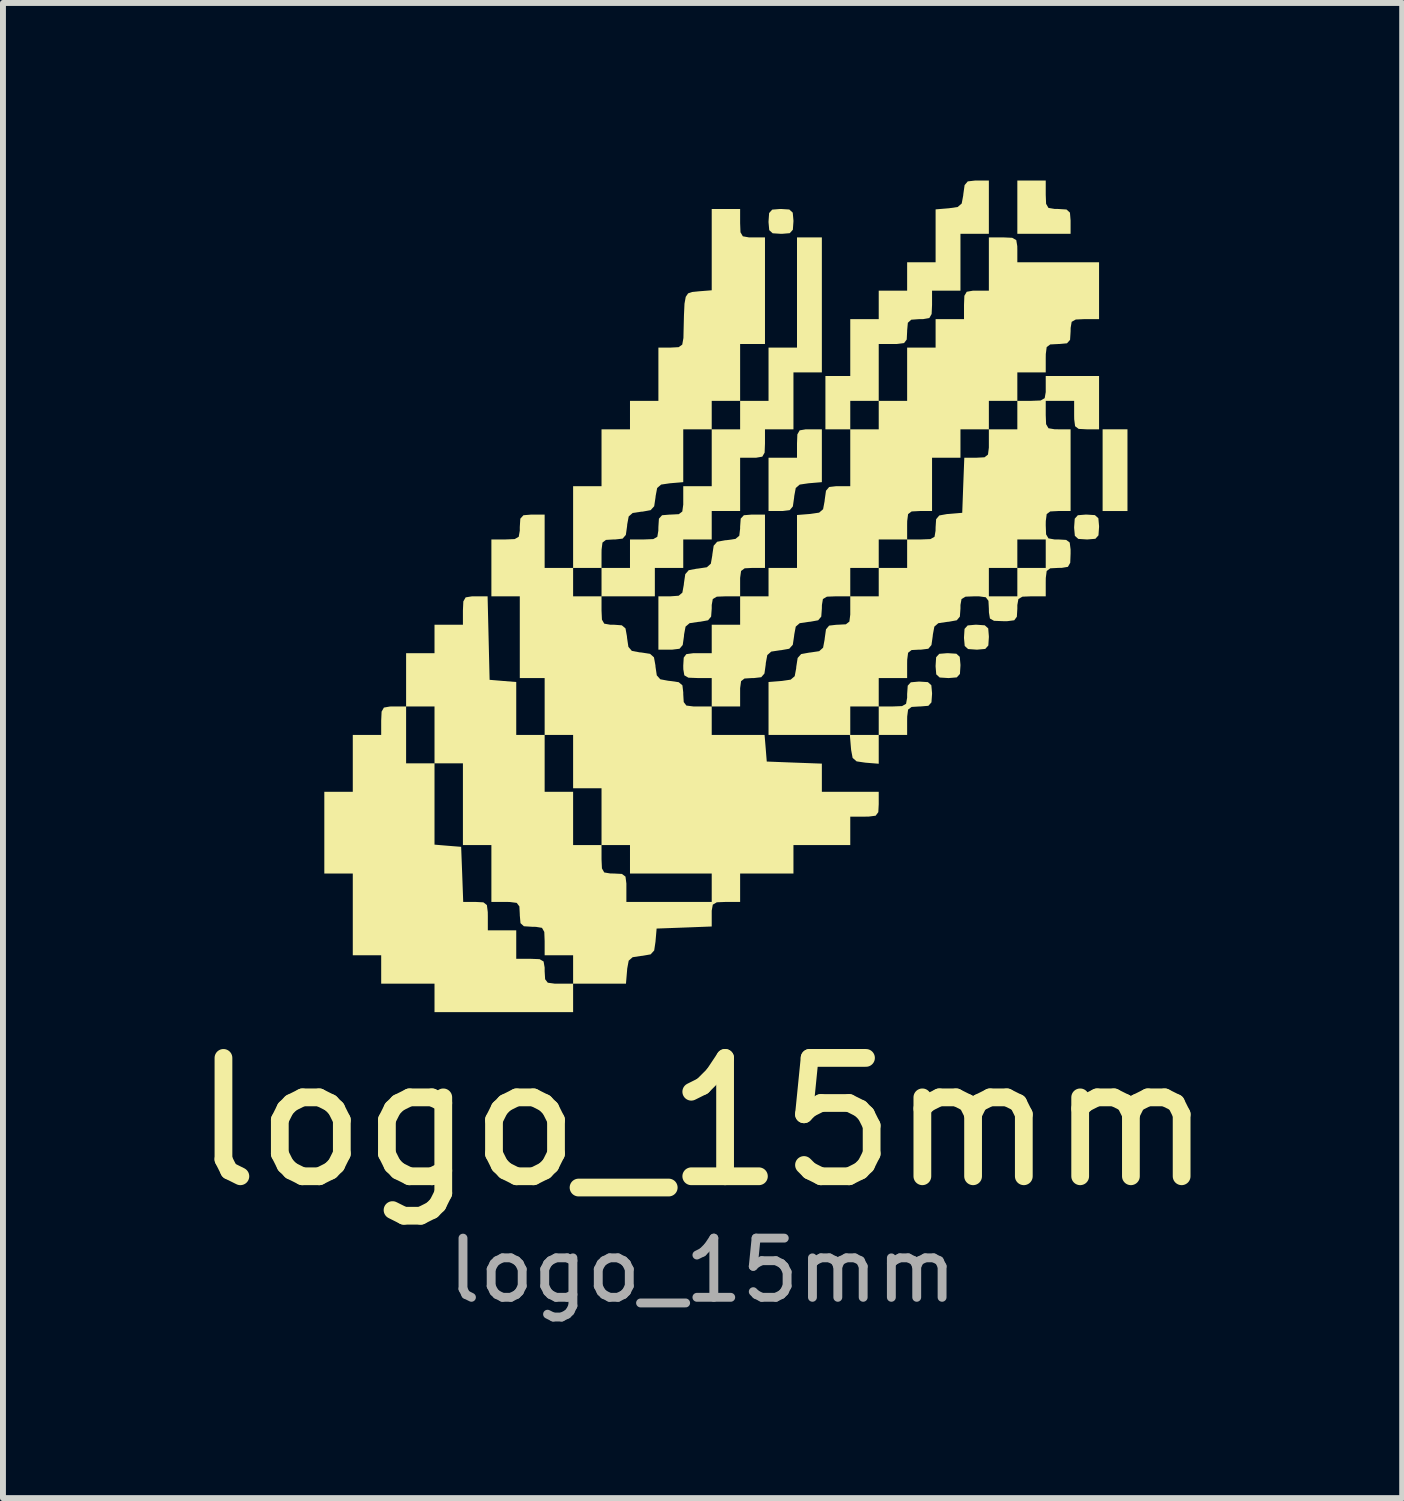
<source format=kicad_pcb>
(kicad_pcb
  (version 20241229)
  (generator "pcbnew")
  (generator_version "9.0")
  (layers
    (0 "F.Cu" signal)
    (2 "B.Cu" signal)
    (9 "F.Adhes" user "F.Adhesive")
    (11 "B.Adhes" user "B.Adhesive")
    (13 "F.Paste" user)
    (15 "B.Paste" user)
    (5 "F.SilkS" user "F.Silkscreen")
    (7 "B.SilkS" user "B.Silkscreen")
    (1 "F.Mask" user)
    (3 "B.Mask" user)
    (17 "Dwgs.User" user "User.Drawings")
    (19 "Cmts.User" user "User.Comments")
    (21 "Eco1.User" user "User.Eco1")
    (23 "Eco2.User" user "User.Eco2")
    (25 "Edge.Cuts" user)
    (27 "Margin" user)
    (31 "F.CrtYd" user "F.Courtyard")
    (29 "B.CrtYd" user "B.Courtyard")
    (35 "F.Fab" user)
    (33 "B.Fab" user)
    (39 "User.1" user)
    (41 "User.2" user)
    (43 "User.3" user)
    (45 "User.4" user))
  (footprint "logo_15mm"
    (layer "F.Cu")
    (at 8.821 15.916)
    (property "Reference" "logo_15mm" (at 0 0 0) (unlocked yes) (layer "F.SilkS") (effects (font (size 2 2) (thickness 0.3))))
    (fp_poly (pts (xy 7.18 -10.331) (xy 6.76 -10.331) (xy 6.76 -11.712) (xy 7.18 -11.712)) (stroke (width 0) (type solid)) (fill yes) (layer "F.SilkS"))
    (fp_poly (pts (xy 5.799 -15.675) (xy 5.805 -15.522) (xy 5.845 -15.453) (xy 5.947 -15.436) (xy 6.009 -15.435) (xy 6.15 -15.426) (xy 6.208 -15.373) (xy 6.219 -15.241) (xy 6.219 -15.225) (xy 6.219 -15.015) (xy 5.319 -15.015) (xy 5.319 -15.916) (xy 5.799 -15.916)) (stroke (width 0) (type solid)) (fill yes) (layer "F.SilkS"))
    (fp_poly (pts (xy 1.466 -15.426) (xy 1.524 -15.373) (xy 1.536 -15.241) (xy 1.536 -15.225) (xy 1.526 -15.084) (xy 1.474 -15.026) (xy 1.342 -15.015) (xy 1.326 -15.015) (xy 1.185 -15.024) (xy 1.127 -15.077) (xy 1.115 -15.209) (xy 1.115 -15.225) (xy 1.125 -15.366) (xy 1.177 -15.424) (xy 1.31 -15.435) (xy 1.326 -15.435)) (stroke (width 0) (type solid)) (fill yes) (layer "F.SilkS"))
    (fp_poly (pts (xy 4.289 -7.92) (xy 4.346 -7.868) (xy 4.358 -7.735) (xy 4.358 -7.719) (xy 4.349 -7.578) (xy 4.296 -7.52) (xy 4.164 -7.509) (xy 4.148 -7.509) (xy 4.007 -7.518) (xy 3.949 -7.571) (xy 3.938 -7.703) (xy 3.938 -7.719) (xy 3.947 -7.86) (xy 3.999 -7.918) (xy 4.132 -7.929) (xy 4.148 -7.929)) (stroke (width 0) (type solid)) (fill yes) (layer "F.SilkS"))
    (fp_poly (pts (xy 4.769 -8.4) (xy 4.827 -8.348) (xy 4.838 -8.215) (xy 4.838 -8.199) (xy 4.829 -8.059) (xy 4.777 -8.001) (xy 4.644 -7.989) (xy 4.628 -7.989) (xy 4.487 -7.999) (xy 4.43 -8.051) (xy 4.418 -8.183) (xy 4.418 -8.199) (xy 4.427 -8.34) (xy 4.48 -8.398) (xy 4.612 -8.41) (xy 4.628 -8.41)) (stroke (width 0) (type solid)) (fill yes) (layer "F.SilkS"))
    (fp_poly (pts (xy 6.63 -10.262) (xy 6.688 -10.209) (xy 6.7 -10.077) (xy 6.7 -10.061) (xy 6.69 -9.92) (xy 6.638 -9.862) (xy 6.506 -9.851) (xy 6.49 -9.851) (xy 6.349 -9.86) (xy 6.291 -9.912) (xy 6.279 -10.045) (xy 6.279 -10.061) (xy 6.289 -10.202) (xy 6.341 -10.26) (xy 6.474 -10.271) (xy 6.49 -10.271)) (stroke (width 0) (type solid)) (fill yes) (layer "F.SilkS"))
    (fp_poly (pts (xy 2.016 -10.819) (xy 1.791 -10.8) (xy 1.642 -10.778) (xy 1.575 -10.72) (xy 1.55 -10.587) (xy 1.547 -10.556) (xy 1.526 -10.409) (xy 1.473 -10.346) (xy 1.351 -10.331) (xy 1.322 -10.331) (xy 1.115 -10.331) (xy 1.115 -11.232) (xy 1.596 -11.232) (xy 1.596 -11.472) (xy 1.602 -11.626) (xy 1.641 -11.694) (xy 1.744 -11.712) (xy 1.806 -11.712) (xy 2.016 -11.712)) (stroke (width 0) (type solid)) (fill yes) (layer "F.SilkS"))
    (fp_poly (pts (xy 1.055 -9.37) (xy 0.845 -9.37) (xy 0.711 -9.363) (xy 0.651 -9.318) (xy 0.635 -9.201) (xy 0.635 -9.13) (xy 0.635 -8.89) (xy 0.395 -8.89) (xy 0.241 -8.884) (xy 0.173 -8.844) (xy 0.155 -8.743) (xy 0.155 -8.683) (xy 0.145 -8.547) (xy 0.093 -8.485) (xy -0.038 -8.461) (xy -0.071 -8.458) (xy -0.219 -8.436) (xy -0.287 -8.378) (xy -0.312 -8.245) (xy -0.314 -8.214) (xy -0.335 -8.067) (xy -0.389 -8.004) (xy -0.51 -7.989) (xy -0.54 -7.989) (xy -0.746 -7.989) (xy -0.746 -8.89) (xy -0.54 -8.89) (xy -0.403 -8.9) (xy -0.341 -8.952) (xy -0.317 -9.083) (xy -0.314 -9.115) (xy -0.292 -9.264) (xy -0.234 -9.331) (xy -0.102 -9.356) (xy -0.074 -9.359) (xy 0.073 -9.381) (xy 0.14 -9.441) (xy 0.164 -9.577) (xy 0.166 -9.599) (xy 0.188 -9.745) (xy 0.247 -9.812) (xy 0.381 -9.837) (xy 0.41 -9.839) (xy 0.557 -9.86) (xy 0.621 -9.914) (xy 0.635 -10.035) (xy 0.635 -10.065) (xy 0.645 -10.203) (xy 0.698 -10.26) (xy 0.831 -10.271) (xy 0.845 -10.271) (xy 1.055 -10.271)) (stroke (width 0) (type solid)) (fill yes) (layer "F.SilkS"))
    (fp_poly (pts (xy 0.635 -15.195) (xy 0.641 -15.041) (xy 0.681 -14.973) (xy 0.783 -14.955) (xy 0.845 -14.955) (xy 1.055 -14.955) (xy 1.055 -13.153) (xy 0.635 -13.153) (xy 0.635 -12.193) (xy 1.115 -12.193) (xy 1.115 -13.093) (xy 1.596 -13.093) (xy 1.596 -14.955) (xy 2.016 -14.955) (xy 2.016 -12.673) (xy 1.536 -12.673) (xy 1.536 -11.712) (xy 1.055 -11.712) (xy 1.055 -11.472) (xy 1.049 -11.318) (xy 1.01 -11.25) (xy 0.907 -11.232) (xy 0.845 -11.232) (xy 0.635 -11.232) (xy 0.635 -10.331) (xy 0.155 -10.331) (xy 0.155 -9.851) (xy -0.326 -9.851) (xy -0.326 -9.37) (xy -0.806 -9.37) (xy -0.806 -8.89) (xy -1.707 -8.89) (xy -1.707 -8.65) (xy -1.7 -8.496) (xy -1.661 -8.428) (xy -1.56 -8.41) (xy -1.5 -8.41) (xy -1.364 -8.4) (xy -1.302 -8.348) (xy -1.278 -8.217) (xy -1.275 -8.184) (xy -1.253 -8.036) (xy -1.195 -7.968) (xy -1.063 -7.943) (xy -1.035 -7.941) (xy -0.887 -7.918) (xy -0.821 -7.859) (xy -0.796 -7.722) (xy -0.795 -7.701) (xy -0.773 -7.554) (xy -0.714 -7.488) (xy -0.58 -7.463) (xy -0.551 -7.46) (xy -0.403 -7.439) (xy -0.34 -7.386) (xy -0.326 -7.265) (xy -0.326 -7.235) (xy -0.318 -7.103) (xy -0.273 -7.044) (xy -0.154 -7.029) (xy -0.086 -7.029) (xy 0.155 -7.029) (xy 0.155 -6.548) (xy 1.048 -6.548) (xy 1.067 -6.323) (xy 1.085 -6.098) (xy 1.551 -6.08) (xy 2.016 -6.063) (xy 2.016 -5.587) (xy 2.977 -5.587) (xy 2.977 -5.377) (xy 2.97 -5.243) (xy 2.925 -5.183) (xy 2.808 -5.168) (xy 2.737 -5.167) (xy 2.496 -5.167) (xy 2.496 -4.687) (xy 1.536 -4.687) (xy 1.536 -4.206) (xy 0.635 -4.206) (xy 0.635 -3.726) (xy 0.395 -3.726) (xy 0.241 -3.72) (xy 0.173 -3.68) (xy 0.155 -3.578) (xy 0.155 -3.518) (xy 0.155 -3.311) (xy -0.311 -3.293) (xy -0.776 -3.276) (xy -0.795 -3.054) (xy -0.817 -2.906) (xy -0.877 -2.84) (xy -1.013 -2.816) (xy -1.035 -2.814) (xy -1.181 -2.792) (xy -1.248 -2.733) (xy -1.273 -2.599) (xy -1.275 -2.57) (xy -1.294 -2.345) (xy -2.187 -2.345) (xy -2.187 -1.864) (xy -4.529 -1.864) (xy -4.529 -2.345) (xy -5.43 -2.345) (xy -5.43 -2.825) (xy -5.91 -2.825) (xy -5.91 -4.206) (xy -6.391 -4.206) (xy -6.391 -5.587) (xy -5.91 -5.587) (xy -5.91 -6.548) (xy -5.43 -6.548) (xy -5.43 -6.788) (xy -5.423 -6.942) (xy -5.384 -7.01) (xy -5.282 -7.028) (xy -5.22 -7.029) (xy -5.009 -7.029) (xy -5.009 -6.068) (xy -4.529 -6.068) (xy -4.529 -4.694) (xy -4.304 -4.675) (xy -4.079 -4.657) (xy -4.061 -4.191) (xy -4.044 -3.726) (xy -3.836 -3.726) (xy -3.703 -3.719) (xy -3.644 -3.673) (xy -3.629 -3.555) (xy -3.628 -3.486) (xy -3.628 -3.246) (xy -3.148 -3.246) (xy -3.148 -2.765) (xy -2.908 -2.765) (xy -2.754 -2.759) (xy -2.686 -2.72) (xy -2.668 -2.617) (xy -2.668 -2.555) (xy -2.66 -2.42) (xy -2.615 -2.361) (xy -2.498 -2.345) (xy -2.427 -2.345) (xy -2.187 -2.345) (xy -2.187 -2.825) (xy -2.668 -2.825) (xy -2.668 -3.065) (xy -2.674 -3.219) (xy -2.713 -3.288) (xy -2.816 -3.305) (xy -2.878 -3.306) (xy -3.019 -3.315) (xy -3.076 -3.367) (xy -3.088 -3.5) (xy -3.088 -3.516) (xy -3.095 -3.65) (xy -3.14 -3.71) (xy -3.257 -3.725) (xy -3.328 -3.726) (xy -3.568 -3.726) (xy -3.568 -4.687) (xy -4.049 -4.687) (xy -4.049 -6.068) (xy -4.529 -6.068) (xy -4.529 -7.029) (xy -5.009 -7.029) (xy -5.009 -7.929) (xy -4.529 -7.929) (xy -4.529 -8.41) (xy -4.049 -8.41) (xy -4.049 -8.65) (xy -4.042 -8.804) (xy -4.003 -8.872) (xy -3.901 -8.889) (xy -3.84 -8.89) (xy -3.632 -8.89) (xy -3.615 -8.184) (xy -3.598 -7.479) (xy -3.373 -7.46) (xy -3.148 -7.442) (xy -3.148 -6.548) (xy -2.668 -6.548) (xy -2.668 -5.587) (xy -2.187 -5.587) (xy -2.187 -4.687) (xy -1.707 -4.687) (xy -1.707 -4.447) (xy -1.7 -4.293) (xy -1.661 -4.224) (xy -1.559 -4.207) (xy -1.497 -4.206) (xy -1.362 -4.199) (xy -1.302 -4.154) (xy -1.287 -4.037) (xy -1.287 -3.966) (xy -1.287 -3.726) (xy 0.155 -3.726) (xy 0.155 -4.206) (xy -1.226 -4.206) (xy -1.226 -4.687) (xy -1.707 -4.687) (xy -1.707 -5.647) (xy -2.187 -5.647) (xy -2.187 -6.548) (xy -2.668 -6.548) (xy -2.668 -7.509) (xy -3.088 -7.509) (xy -3.088 -8.89) (xy -3.568 -8.89) (xy -3.568 -9.851) (xy -3.328 -9.851) (xy -3.174 -9.857) (xy -3.106 -9.896) (xy -3.088 -9.999) (xy -3.088 -10.061) (xy -3.079 -10.202) (xy -3.026 -10.26) (xy -2.894 -10.271) (xy -2.878 -10.271) (xy -2.668 -10.271) (xy -2.668 -9.37) (xy -2.187 -9.37) (xy -2.187 -8.89) (xy -1.707 -8.89) (xy -1.707 -9.37) (xy -2.187 -9.37) (xy -2.187 -9.611) (xy -1.707 -9.611) (xy -1.707 -9.37) (xy -1.226 -9.37) (xy -1.226 -9.851) (xy -0.986 -9.851) (xy -0.832 -9.857) (xy -0.764 -9.896) (xy -0.747 -9.999) (xy -0.746 -10.061) (xy -0.737 -10.202) (xy -0.684 -10.26) (xy -0.552 -10.271) (xy -0.536 -10.271) (xy -0.401 -10.278) (xy -0.342 -10.323) (xy -0.326 -10.44) (xy -0.326 -10.511) (xy -0.326 -10.751) (xy 0.155 -10.751) (xy 0.155 -11.712) (xy -0.326 -11.712) (xy -0.326 -10.819) (xy -0.551 -10.8) (xy -0.7 -10.778) (xy -0.767 -10.72) (xy -0.792 -10.588) (xy -0.795 -10.56) (xy -0.817 -10.412) (xy -0.877 -10.346) (xy -1.013 -10.321) (xy -1.035 -10.32) (xy -1.181 -10.298) (xy -1.248 -10.239) (xy -1.273 -10.105) (xy -1.275 -10.076) (xy -1.296 -9.928) (xy -1.35 -9.865) (xy -1.471 -9.851) (xy -1.5 -9.851) (xy -1.633 -9.843) (xy -1.691 -9.798) (xy -1.706 -9.679) (xy -1.707 -9.611) (xy -2.187 -9.611) (xy -2.187 -10.751) (xy -1.707 -10.751) (xy -1.707 -11.712) (xy -1.226 -11.712) (xy -1.226 -12.193) (xy -0.746 -12.193) (xy 0.155 -12.193) (xy 0.155 -11.712) (xy 0.635 -11.712) (xy 0.635 -12.193) (xy 0.155 -12.193) (xy -0.746 -12.193) (xy -0.746 -13.093) (xy -0.536 -13.093) (xy -0.404 -13.1) (xy -0.343 -13.143) (xy -0.323 -13.255) (xy -0.321 -13.349) (xy -0.314 -13.641) (xy -0.305 -13.834) (xy -0.284 -13.95) (xy -0.244 -14.009) (xy -0.178 -14.032) (xy -0.078 -14.042) (xy -0.071 -14.043) (xy 0.155 -14.061) (xy 0.155 -15.435) (xy 0.635 -15.435)) (stroke (width 0) (type solid)) (fill yes) (layer "F.SilkS"))
    (fp_poly (pts (xy 4.838 -15.015) (xy 4.358 -15.015) (xy 4.358 -14.054) (xy 3.878 -14.054) (xy 3.878 -13.814) (xy 3.871 -13.66) (xy 3.832 -13.592) (xy 3.729 -13.574) (xy 3.667 -13.574) (xy 3.527 -13.564) (xy 3.469 -13.512) (xy 3.457 -13.38) (xy 3.457 -13.364) (xy 3.45 -13.229) (xy 3.405 -13.169) (xy 3.288 -13.154) (xy 3.217 -13.153) (xy 2.977 -13.153) (xy 2.977 -12.193) (xy 3.457 -12.193) (xy 4.838 -12.193) (xy 4.838 -11.712) (xy 5.319 -11.712) (xy 5.319 -12.193) (xy 4.838 -12.193) (xy 3.457 -12.193) (xy 3.457 -13.093) (xy 3.938 -13.093) (xy 3.938 -13.574) (xy 4.418 -13.574) (xy 4.418 -13.814) (xy 4.424 -13.968) (xy 4.464 -14.036) (xy 4.566 -14.054) (xy 4.628 -14.054) (xy 4.838 -14.054) (xy 4.838 -14.955) (xy 5.078 -14.955) (xy 5.232 -14.948) (xy 5.301 -14.909) (xy 5.318 -14.807) (xy 5.319 -14.745) (xy 5.319 -14.534) (xy 6.7 -14.534) (xy 6.7 -13.574) (xy 6.46 -13.574) (xy 6.306 -13.567) (xy 6.237 -13.528) (xy 6.22 -13.426) (xy 6.219 -13.364) (xy 6.21 -13.223) (xy 6.158 -13.165) (xy 6.025 -13.153) (xy 6.009 -13.153) (xy 5.875 -13.146) (xy 5.815 -13.101) (xy 5.8 -12.984) (xy 5.799 -12.913) (xy 5.799 -12.673) (xy 5.319 -12.673) (xy 5.319 -12.193) (xy 5.559 -12.193) (xy 5.713 -12.199) (xy 5.781 -12.238) (xy 5.799 -12.341) (xy 5.799 -12.403) (xy 5.799 -12.613) (xy 6.7 -12.613) (xy 6.7 -11.712) (xy 6.49 -11.712) (xy 6.355 -11.719) (xy 6.295 -11.764) (xy 6.28 -11.882) (xy 6.279 -11.952) (xy 6.279 -12.193) (xy 5.799 -12.193) (xy 5.799 -11.952) (xy 5.805 -11.799) (xy 5.845 -11.73) (xy 5.947 -11.713) (xy 6.009 -11.712) (xy 6.219 -11.712) (xy 6.219 -10.331) (xy 6.009 -10.331) (xy 5.875 -10.324) (xy 5.815 -10.279) (xy 5.8 -10.162) (xy 5.799 -10.091) (xy 5.805 -9.937) (xy 5.845 -9.869) (xy 5.947 -9.851) (xy 6.009 -9.851) (xy 6.144 -9.843) (xy 6.204 -9.799) (xy 6.219 -9.681) (xy 6.219 -9.611) (xy 6.213 -9.457) (xy 6.174 -9.388) (xy 6.071 -9.371) (xy 6.009 -9.37) (xy 5.875 -9.363) (xy 5.815 -9.318) (xy 5.8 -9.201) (xy 5.799 -9.13) (xy 5.799 -8.89) (xy 5.559 -8.89) (xy 5.405 -8.884) (xy 5.337 -8.844) (xy 5.319 -8.742) (xy 5.319 -8.68) (xy 5.311 -8.545) (xy 5.267 -8.485) (xy 5.149 -8.47) (xy 5.078 -8.47) (xy 4.925 -8.476) (xy 4.856 -8.515) (xy 4.839 -8.618) (xy 4.838 -8.68) (xy 4.831 -8.814) (xy 4.786 -8.874) (xy 4.669 -8.89) (xy 4.598 -8.89) (xy 4.444 -8.884) (xy 4.376 -8.844) (xy 4.358 -8.743) (xy 4.358 -8.683) (xy 4.348 -8.547) (xy 4.296 -8.485) (xy 4.165 -8.461) (xy 4.133 -8.458) (xy 3.984 -8.436) (xy 3.917 -8.378) (xy 3.892 -8.245) (xy 3.889 -8.214) (xy 3.868 -8.067) (xy 3.815 -8.004) (xy 3.693 -7.989) (xy 3.664 -7.989) (xy 3.532 -7.982) (xy 3.473 -7.936) (xy 3.458 -7.818) (xy 3.457 -7.749) (xy 3.457 -7.509) (xy 2.977 -7.509) (xy 2.977 -7.029) (xy 3.217 -7.029) (xy 3.371 -7.035) (xy 3.439 -7.074) (xy 3.457 -7.177) (xy 3.457 -7.239) (xy 3.467 -7.38) (xy 3.519 -7.437) (xy 3.651 -7.449) (xy 3.667 -7.449) (xy 3.808 -7.44) (xy 3.866 -7.387) (xy 3.878 -7.255) (xy 3.878 -7.239) (xy 3.868 -7.098) (xy 3.816 -7.04) (xy 3.683 -7.029) (xy 3.667 -7.029) (xy 3.533 -7.021) (xy 3.473 -6.976) (xy 3.458 -6.859) (xy 3.457 -6.788) (xy 3.457 -6.548) (xy 2.977 -6.548) (xy 2.977 -6.061) (xy 2.752 -6.079) (xy 2.603 -6.101) (xy 2.536 -6.159) (xy 2.511 -6.292) (xy 2.508 -6.323) (xy 2.489 -6.548) (xy 1.115 -6.548) (xy 1.115 -7.029) (xy 2.496 -7.029) (xy 2.496 -6.548) (xy 2.977 -6.548) (xy 2.977 -7.029) (xy 2.496 -7.029) (xy 1.115 -7.029) (xy 1.115 -7.442) (xy 1.341 -7.46) (xy 1.489 -7.482) (xy 1.557 -7.54) (xy 1.582 -7.672) (xy 1.584 -7.701) (xy 1.607 -7.848) (xy 1.666 -7.914) (xy 1.803 -7.939) (xy 1.824 -7.941) (xy 1.971 -7.963) (xy 2.037 -8.022) (xy 2.062 -8.156) (xy 2.065 -8.184) (xy 2.086 -8.332) (xy 2.139 -8.395) (xy 2.26 -8.409) (xy 2.29 -8.41) (xy 2.422 -8.417) (xy 2.481 -8.463) (xy 2.496 -8.581) (xy 2.496 -8.65) (xy 2.496 -8.89) (xy 2.256 -8.89) (xy 2.102 -8.884) (xy 2.034 -8.844) (xy 2.017 -8.743) (xy 2.016 -8.683) (xy 2.006 -8.547) (xy 1.954 -8.485) (xy 1.823 -8.461) (xy 1.791 -8.458) (xy 1.642 -8.436) (xy 1.575 -8.378) (xy 1.55 -8.246) (xy 1.547 -8.218) (xy 1.525 -8.071) (xy 1.465 -8.004) (xy 1.329 -7.98) (xy 1.307 -7.978) (xy 1.161 -7.956) (xy 1.094 -7.897) (xy 1.069 -7.763) (xy 1.067 -7.734) (xy 1.046 -7.586) (xy 0.992 -7.523) (xy 0.871 -7.509) (xy 0.842 -7.509) (xy 0.709 -7.501) (xy 0.651 -7.456) (xy 0.635 -7.338) (xy 0.635 -7.269) (xy 0.635 -7.029) (xy 0.155 -7.029) (xy 0.155 -7.509) (xy -0.086 -7.509) (xy -0.239 -7.515) (xy -0.308 -7.555) (xy -0.325 -7.657) (xy -0.326 -7.719) (xy -0.318 -7.854) (xy -0.274 -7.913) (xy -0.156 -7.929) (xy -0.086 -7.929) (xy 0.155 -7.929) (xy 0.155 -8.41) (xy 0.635 -8.41) (xy 0.635 -8.89) (xy 1.115 -8.89) (xy 1.115 -9.37) (xy 1.596 -9.37) (xy 2.496 -9.37) (xy 2.496 -8.89) (xy 2.977 -8.89) (xy 2.977 -9.37) (xy 2.496 -9.37) (xy 1.596 -9.37) (xy 1.596 -9.851) (xy 2.977 -9.851) (xy 2.977 -9.37) (xy 3.457 -9.37) (xy 4.838 -9.37) (xy 4.838 -8.89) (xy 5.319 -8.89) (xy 5.319 -9.37) (xy 4.838 -9.37) (xy 3.457 -9.37) (xy 3.457 -9.851) (xy 2.977 -9.851) (xy 1.596 -9.851) (xy 1.596 -10.091) (xy 3.457 -10.091) (xy 3.457 -9.851) (xy 3.697 -9.851) (xy 5.319 -9.851) (xy 5.319 -9.37) (xy 5.799 -9.37) (xy 5.799 -9.851) (xy 5.319 -9.851) (xy 3.697 -9.851) (xy 3.851 -9.857) (xy 3.92 -9.896) (xy 3.937 -9.998) (xy 3.938 -10.057) (xy 3.947 -10.193) (xy 4 -10.256) (xy 4.131 -10.28) (xy 4.163 -10.282) (xy 4.388 -10.301) (xy 4.405 -10.766) (xy 4.423 -11.232) (xy 4.631 -11.232) (xy 4.764 -11.239) (xy 4.823 -11.285) (xy 4.838 -11.403) (xy 4.838 -11.472) (xy 4.838 -11.712) (xy 4.358 -11.712) (xy 4.358 -11.232) (xy 3.878 -11.232) (xy 3.878 -10.331) (xy 3.667 -10.331) (xy 3.533 -10.324) (xy 3.473 -10.279) (xy 3.458 -10.162) (xy 3.457 -10.091) (xy 1.596 -10.091) (xy 1.596 -10.264) (xy 1.821 -10.282) (xy 1.97 -10.304) (xy 2.037 -10.362) (xy 2.062 -10.496) (xy 2.065 -10.526) (xy 2.086 -10.674) (xy 2.139 -10.737) (xy 2.26 -10.751) (xy 2.29 -10.751) (xy 2.496 -10.751) (xy 2.496 -11.712) (xy 2.076 -11.712) (xy 2.076 -12.193) (xy 2.496 -12.193) (xy 2.496 -11.712) (xy 2.977 -11.712) (xy 2.977 -12.193) (xy 2.496 -12.193) (xy 2.076 -12.193) (xy 2.076 -12.613) (xy 2.496 -12.613) (xy 2.496 -13.574) (xy 2.977 -13.574) (xy 2.977 -14.054) (xy 3.457 -14.054) (xy 3.457 -14.534) (xy 3.938 -14.534) (xy 3.938 -15.428) (xy 4.163 -15.447) (xy 4.311 -15.468) (xy 4.379 -15.527) (xy 4.404 -15.66) (xy 4.407 -15.69) (xy 4.428 -15.838) (xy 4.481 -15.901) (xy 4.602 -15.915) (xy 4.632 -15.916) (xy 4.838 -15.916)) (stroke (width 0) (type solid)) (fill yes) (layer "F.SilkS"))
    (fp_text user "${REFERENCE}" (at 0 2.5 0) (unlocked yes) (layer "F.Fab") (effects (font (size 1 1) (thickness 0.15)))))
  (gr_rect
    (start -3 -3)
    (end 20.643 22.264)
    (stroke (width 0.1) (type default))
    (fill no)
    (layer "Edge.Cuts")))
</source>
